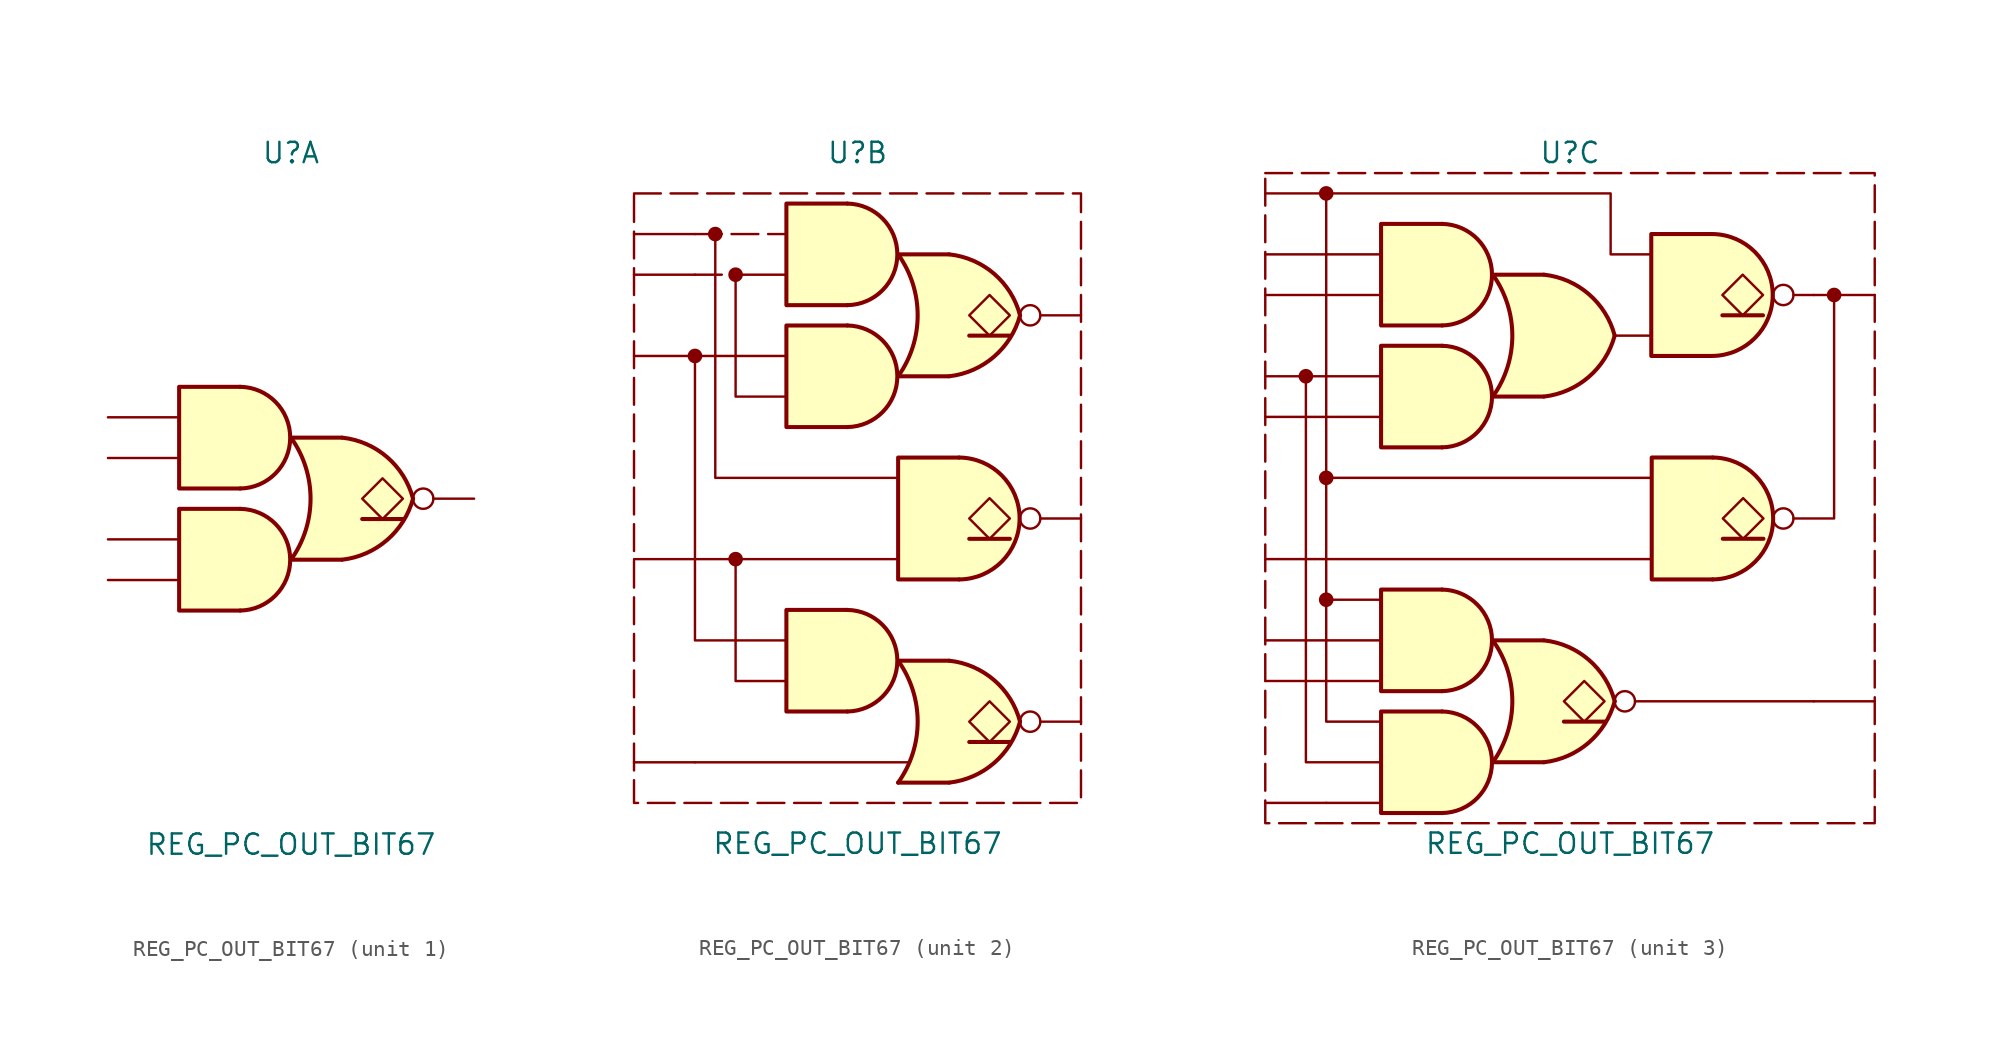
<source format=kicad_sym>
(kicad_symbol_lib
  (version 20231120)
  (generator "kicad_symbol_editor")
  (generator_version "8.0")
  (symbol "REG_PC_OUT_BIT67"
    (pin_numbers hide)
    (pin_names hide)
    (property "Reference" "U"
      (at 0 21.59 0)
      (effects (font (size 1.27 1.27))))
    (property "Value" "REG_PC_OUT_BIT67"
      (at 0 -21.59 0)
      (effects (font (size 1.27 1.27))))
    (property "ki_locked" ""
      (at 0 0 0)
      (effects (font (size 1.27 1.27))))
    (symbol "REG_PC_OUT_BIT67_1_1"
      (arc (start -3.175 -6.985) (mid -0.05 -3.81) (end -3.175 -0.635) (stroke (width 0.254) (type default)) (fill (type background)))
      (arc (start -3.175 0.635) (mid -0.05 3.81) (end -3.175 6.985) (stroke (width 0.254) (type default)) (fill (type background)))
      (arc (start -0.0002 -3.81) (mid 1.2208 0) (end -0.0002 3.81) (stroke (width 0.254) (type default)) (fill (type none)))
      (polyline (pts (xy -0.0002 -3.81) (xy 3.175 -3.81)) (stroke (width 0.254) (type default)) (fill (type background)))
      (polyline (pts (xy -0.0002 3.81) (xy 3.175 3.81)) (stroke (width 0.254) (type default)) (fill (type background)))
      (polyline (pts (xy 4.445 -1.27) (xy 6.985 -1.27)) (stroke (width 0.254) (type default)) (fill (type none)))
      (polyline (pts (xy -3.175 -0.635) (xy -6.985 -0.635) (xy -6.985 -6.985) (xy -3.175 -6.985)) (stroke (width 0.254) (type default)) (fill (type background)))
      (polyline (pts (xy -3.175 6.985) (xy -6.985 6.985) (xy -6.985 0.635) (xy -3.175 0.635)) (stroke (width 0.254) (type default)) (fill (type background)))
      (polyline (pts (xy 6.985 0) (xy 5.715 1.27) (xy 4.445 0) (xy 5.715 -1.27) (xy 6.985 0)) (stroke (width 0) (type default)) (fill (type none)))
      (polyline (pts (xy 3.175 3.81) (xy 0 3.81) (xy 0 3.81) (xy 0.254 3.404) (xy 0.787 2.261) (xy 1.118 1.041) (xy 1.194 -0.254) (xy 1.041 -1.499) (xy 0.635 -2.718) (xy 0 -3.81) (xy 0 -3.81) (xy 3.175 -3.81)) (stroke (width -25.4) (type default)) (fill (type background)))
      (arc (start 3.2002 -3.81) (mid 5.9953 -2.584) (end 7.6198 0) (stroke (width 0.254) (type default)) (fill (type background)))
      (arc (start 7.6198 0) (mid 6.0026 2.5925) (end 3.2002 3.81) (stroke (width 0.254) (type default)) (fill (type background)))
      (pin input line (at -11.43 5.08 0) (length 4.3) (name "IN1" (effects (font (size 1.27 1.27)))) (number "" (effects (font (size 1.27 1.27)))))
      (pin input line (at -11.43 2.54 0) (length 4.3) (name "IN2" (effects (font (size 1.27 1.27)))) (number "" (effects (font (size 1.27 1.27)))))
      (pin input line (at -11.43 -2.54 0) (length 4.3) (name "IN3" (effects (font (size 1.27 1.27)))) (number "" (effects (font (size 1.27 1.27)))))
      (pin input line (at -11.43 -5.08 0) (length 4.3) (name "IN4" (effects (font (size 1.27 1.27)))) (number "" (effects (font (size 1.27 1.27)))))
      (pin tri_state inverted (at 11.43 0 180) (length 3.81) (name "Y1" (effects (font (size 1.27 1.27)))) (number "" (effects (font (size 0 0))))))
    (symbol "REG_PC_OUT_BIT67_2_1"
      (rectangle (start -13.97 19.05) (end 13.97 -19.05) (stroke (width 0) (type dash)) (fill (type none)))
      (circle (center -10.16 8.89) (radius 0.381) (stroke (width 0) (type default)) (fill (type outline)))
      (circle (center -8.89 16.51) (radius 0.381) (stroke (width 0) (type default)) (fill (type outline)))
      (circle (center -7.62 -3.81) (radius 0.381) (stroke (width 0) (type default)) (fill (type outline)))
      (circle (center -7.62 13.97) (radius 0.381) (stroke (width 0) (type default)) (fill (type outline)))
      (arc (start -0.635 -13.335) (mid 2.49 -10.16) (end -0.635 -6.985) (stroke (width 0.254) (type default)) (fill (type background)))
      (arc (start -0.635 4.445) (mid 2.49 7.62) (end -0.635 10.795) (stroke (width 0.254) (type default)) (fill (type background)))
      (arc (start -0.635 12.065) (mid 2.49 15.24) (end -0.635 18.415) (stroke (width 0.254) (type default)) (fill (type background)))
      (polyline (pts (xy -10.16 -16.51) (xy 3.175 -16.51)) (stroke (width 0) (type default)) (fill (type none)))
      (polyline (pts (xy -10.16 -3.81) (xy 2.54 -3.81)) (stroke (width 0) (type default)) (fill (type none)))
      (polyline (pts (xy -10.16 8.89) (xy -4.445 8.89)) (stroke (width 0) (type default)) (fill (type none)))
      (polyline (pts (xy -10.16 13.97) (xy -7.62 13.97)) (stroke (width 0) (type default)) (fill (type none)))
      (polyline (pts (xy -10.16 16.51) (xy -4.445 16.51)) (stroke (width 0) (type default)) (fill (type none)))
      (polyline (pts (xy 2.54 -17.78) (xy 5.715 -17.78)) (stroke (width 0.254) (type default)) (fill (type background)))
      (polyline (pts (xy 2.54 -10.16) (xy 5.715 -10.16)) (stroke (width 0.254) (type default)) (fill (type background)))
      (polyline (pts (xy 2.54 7.62) (xy 5.715 7.62)) (stroke (width 0.254) (type default)) (fill (type background)))
      (polyline (pts (xy 2.54 15.24) (xy 5.715 15.24)) (stroke (width 0.254) (type default)) (fill (type background)))
      (polyline (pts (xy 6.985 -15.24) (xy 9.525 -15.24)) (stroke (width 0.254) (type default)) (fill (type none)))
      (polyline (pts (xy 6.985 -2.54) (xy 9.525 -2.54)) (stroke (width 0.254) (type default)) (fill (type none)))
      (polyline (pts (xy 6.985 10.16) (xy 9.525 10.16)) (stroke (width 0.254) (type default)) (fill (type none)))
      (polyline (pts (xy -4.445 -11.43) (xy -7.62 -11.43) (xy -7.62 -3.81)) (stroke (width 0) (type default)) (fill (type none)))
      (polyline (pts (xy -4.445 -8.89) (xy -10.16 -8.89) (xy -10.16 8.89)) (stroke (width 0) (type default)) (fill (type none)))
      (polyline (pts (xy 2.54 1.27) (xy -8.89 1.27) (xy -8.89 16.51)) (stroke (width 0) (type default)) (fill (type none)))
      (polyline (pts (xy -4.445 13.97) (xy -7.62 13.97) (xy -7.62 6.35) (xy -4.445 6.35)) (stroke (width 0) (type default)) (fill (type none)))
      (polyline (pts (xy -0.635 -6.985) (xy -4.445 -6.985) (xy -4.445 -13.335) (xy -0.635 -13.335)) (stroke (width 0.254) (type default)) (fill (type background)))
      (polyline (pts (xy -0.635 10.795) (xy -4.445 10.795) (xy -4.445 4.445) (xy -0.635 4.445)) (stroke (width 0.254) (type default)) (fill (type background)))
      (polyline (pts (xy -0.635 18.415) (xy -4.445 18.415) (xy -4.445 12.065) (xy -0.635 12.065)) (stroke (width 0.254) (type default)) (fill (type background)))
      (polyline (pts (xy 6.35 2.54) (xy 2.54 2.54) (xy 2.54 -5.08) (xy 6.35 -5.08)) (stroke (width 0.254) (type default)) (fill (type background)))
      (polyline (pts (xy 9.525 -13.97) (xy 8.255 -12.7) (xy 6.985 -13.97) (xy 8.255 -15.24) (xy 9.525 -13.97)) (stroke (width 0) (type default)) (fill (type none)))
      (polyline (pts (xy 9.525 -1.27) (xy 8.255 0) (xy 6.985 -1.27) (xy 8.255 -2.54) (xy 9.525 -1.27)) (stroke (width 0) (type default)) (fill (type none)))
      (polyline (pts (xy 9.525 11.43) (xy 8.255 12.7) (xy 6.985 11.43) (xy 8.255 10.16) (xy 9.525 11.43)) (stroke (width 0) (type default)) (fill (type none)))
      (polyline (pts (xy 5.715 -10.16) (xy 2.54 -10.16) (xy 2.54 -10.16) (xy 2.794 -10.566) (xy 3.327 -11.709) (xy 3.658 -12.929) (xy 3.734 -14.224) (xy 3.581 -15.469) (xy 3.175 -16.688) (xy 2.54 -17.78) (xy 2.54 -17.78) (xy 5.715 -17.78)) (stroke (width -25.4) (type default)) (fill (type background)))
      (polyline (pts (xy 5.715 15.24) (xy 2.54 15.24) (xy 2.54 15.24) (xy 2.794 14.834) (xy 3.327 13.691) (xy 3.658 12.471) (xy 3.734 11.176) (xy 3.581 9.931) (xy 3.175 8.712) (xy 2.54 7.62) (xy 2.54 7.62) (xy 5.715 7.62)) (stroke (width -25.4) (type default)) (fill (type background)))
      (arc (start 2.5398 -17.78) (mid 3.7608 -13.97) (end 2.5398 -10.16) (stroke (width 0.254) (type default)) (fill (type none)))
      (arc (start 2.5398 7.62) (mid 3.7608 11.43) (end 2.5398 15.24) (stroke (width 0.254) (type default)) (fill (type none)))
      (arc (start 5.7402 -17.78) (mid 8.5356 -16.5541) (end 10.1598 -13.97) (stroke (width 0.254) (type default)) (fill (type background)))
      (arc (start 5.7402 7.62) (mid 8.5353 8.846) (end 10.1598 11.43) (stroke (width 0.254) (type default)) (fill (type background)))
      (arc (start 6.35 -5.08) (mid 10.1325 -1.27) (end 6.35 2.54) (stroke (width 0.254) (type default)) (fill (type background)))
      (arc (start 10.1598 -13.97) (mid 8.5426 -11.3775) (end 5.7402 -10.16) (stroke (width 0.254) (type default)) (fill (type background)))
      (arc (start 10.1598 11.43) (mid 8.5426 14.0225) (end 5.7402 15.24) (stroke (width 0.254) (type default)) (fill (type background)))
      (pin input line (at -13.97 16.51 0) (length 3.81) (name "IN5" (effects (font (size 1.27 1.27)))) (number "" (effects (font (size 0 0)))))
      (pin input line (at -13.97 13.97 0) (length 3.81) (name "IN6" (effects (font (size 1.27 1.27)))) (number "" (effects (font (size 0 0)))))
      (pin input line (at -13.97 8.89 0) (length 3.81) (name "IN7" (effects (font (size 1.27 1.27)))) (number "" (effects (font (size 0 0)))))
      (pin input line (at -13.97 -3.81 0) (length 3.81) (name "IN8" (effects (font (size 1.27 1.27)))) (number "" (effects (font (size 0 0)))))
      (pin input line (at -13.97 -16.51 0) (length 3.81) (name "IN9" (effects (font (size 1.27 1.27)))) (number "" (effects (font (size 0 0)))))
      (pin tri_state inverted (at 13.97 11.43 180) (length 3.81) (name "Y2" (effects (font (size 1.27 1.27)))) (number "" (effects (font (size 0 0)))))
      (pin tri_state inverted (at 13.97 -1.27 180) (length 3.81) (name "Y3" (effects (font (size 1.27 1.27)))) (number "" (effects (font (size 0 0)))))
      (pin tri_state inverted (at 13.97 -13.97 180) (length 3.81) (name "Y4" (effects (font (size 1.27 1.27)))) (number "" (effects (font (size 0 0))))))
    (symbol "REG_PC_OUT_BIT67_3_1"
      (rectangle (start -19.05 20.32) (end 19.05 -20.32) (stroke (width 0) (type dash)) (fill (type none)))
      (circle (center -16.51 7.62) (radius 0.381) (stroke (width 0) (type default)) (fill (type outline)))
      (circle (center -15.24 -6.35) (radius 0.381) (stroke (width 0) (type default)) (fill (type outline)))
      (circle (center -15.24 1.27) (radius 0.381) (stroke (width 0) (type default)) (fill (type outline)))
      (circle (center -15.24 19.05) (radius 0.381) (stroke (width 0) (type default)) (fill (type outline)))
      (arc (start -8.001 -19.685) (mid -4.876 -16.51) (end -8.001 -13.335) (stroke (width 0.254) (type default)) (fill (type background)))
      (arc (start -8.001 -12.065) (mid -4.876 -8.89) (end -8.001 -5.715) (stroke (width 0.254) (type default)) (fill (type background)))
      (arc (start -8.001 3.175) (mid -4.876 6.35) (end -8.001 9.525) (stroke (width 0.254) (type default)) (fill (type background)))
      (arc (start -8.001 10.795) (mid -4.876 13.97) (end -8.001 17.145) (stroke (width 0.254) (type default)) (fill (type background)))
      (arc (start -4.8262 -16.51) (mid -3.6052 -12.7) (end -4.8262 -8.89) (stroke (width 0.254) (type default)) (fill (type none)))
      (arc (start -4.8262 6.35) (mid -3.6052 10.16) (end -4.8262 13.97) (stroke (width 0.254) (type default)) (fill (type none)))
      (arc (start -1.6258 -16.51) (mid 1.1696 -15.2841) (end 2.7938 -12.7) (stroke (width 0.254) (type default)) (fill (type background)))
      (arc (start -1.6258 6.35) (mid 1.1696 7.5759) (end 2.7938 10.16) (stroke (width 0.254) (type default)) (fill (type background)))
      (polyline (pts (xy -11.811 -19.05) (xy -15.24 -19.05)) (stroke (width 0) (type default)) (fill (type none)))
      (polyline (pts (xy -11.811 -11.43) (xy -15.24 -11.43)) (stroke (width 0) (type default)) (fill (type none)))
      (polyline (pts (xy -11.811 -8.89) (xy -15.24 -8.89)) (stroke (width 0) (type default)) (fill (type none)))
      (polyline (pts (xy -11.811 5.08) (xy -15.24 5.08)) (stroke (width 0) (type default)) (fill (type none)))
      (polyline (pts (xy -11.811 7.62) (xy -15.24 7.62)) (stroke (width 0) (type default)) (fill (type none)))
      (polyline (pts (xy -11.811 12.7) (xy -15.24 12.7)) (stroke (width 0) (type default)) (fill (type none)))
      (polyline (pts (xy -11.811 15.24) (xy -15.24 15.24)) (stroke (width 0) (type default)) (fill (type none)))
      (polyline (pts (xy -4.826 -16.51) (xy -1.651 -16.51)) (stroke (width 0.254) (type default)) (fill (type background)))
      (polyline (pts (xy -4.826 -8.89) (xy -1.651 -8.89)) (stroke (width 0.254) (type default)) (fill (type background)))
      (polyline (pts (xy -4.826 6.35) (xy -1.651 6.35)) (stroke (width 0.254) (type default)) (fill (type background)))
      (polyline (pts (xy -4.826 13.97) (xy -1.651 13.97)) (stroke (width 0.254) (type default)) (fill (type background)))
      (polyline (pts (xy -0.381 -13.97) (xy 2.159 -13.97)) (stroke (width 0.254) (type default)) (fill (type none)))
      (polyline (pts (xy 2.794 10.16) (xy 5.08 10.16)) (stroke (width 0) (type default)) (fill (type none)))
      (polyline (pts (xy 5.08 -3.81) (xy -15.24 -3.81)) (stroke (width 0) (type default)) (fill (type none)))
      (polyline (pts (xy 5.08 1.27) (xy -15.24 1.27)) (stroke (width 0) (type default)) (fill (type none)))
      (polyline (pts (xy 9.525 11.43) (xy 12.065 11.43)) (stroke (width 0.254) (type default)) (fill (type none)))
      (polyline (pts (xy 9.553 -2.54) (xy 12.093 -2.54)) (stroke (width 0.254) (type default)) (fill (type none)))
      (polyline (pts (xy 15.24 -12.7) (xy 4.064 -12.7)) (stroke (width 0) (type default)) (fill (type none)))
      (polyline (pts (xy 15.24 12.7) (xy 13.97 12.7)) (stroke (width 0) (type default)) (fill (type none)))
      (polyline (pts (xy -11.811 -16.51) (xy -16.51 -16.51) (xy -16.51 7.62)) (stroke (width 0) (type default)) (fill (type none)))
      (polyline (pts (xy -11.811 -13.97) (xy -15.24 -13.97) (xy -15.24 -6.35)) (stroke (width 0) (type default)) (fill (type none)))
      (polyline (pts (xy -11.811 -6.35) (xy -15.24 -6.35) (xy -15.24 19.05)) (stroke (width 0) (type default)) (fill (type none)))
      (polyline (pts (xy 13.97 -1.27) (xy 16.51 -1.27) (xy 16.51 12.7)) (stroke (width 0) (type default)) (fill (type none)))
      (polyline (pts (xy -8.001 -13.335) (xy -11.811 -13.335) (xy -11.811 -19.685) (xy -8.001 -19.685)) (stroke (width 0.254) (type default)) (fill (type background)))
      (polyline (pts (xy -8.001 -5.715) (xy -11.811 -5.715) (xy -11.811 -12.065) (xy -8.001 -12.065)) (stroke (width 0.254) (type default)) (fill (type background)))
      (polyline (pts (xy -8.001 9.525) (xy -11.811 9.525) (xy -11.811 3.175) (xy -8.001 3.175)) (stroke (width 0.254) (type default)) (fill (type background)))
      (polyline (pts (xy -8.001 17.145) (xy -11.811 17.145) (xy -11.811 10.795) (xy -8.001 10.795)) (stroke (width 0.254) (type default)) (fill (type background)))
      (polyline (pts (xy 5.08 15.24) (xy 2.54 15.24) (xy 2.54 19.05) (xy -15.24 19.05)) (stroke (width 0) (type default)) (fill (type none)))
      (polyline (pts (xy 8.89 16.51) (xy 5.08 16.51) (xy 5.08 8.89) (xy 8.89 8.89)) (stroke (width 0.254) (type default)) (fill (type background)))
      (polyline (pts (xy 8.918 2.54) (xy 5.108 2.54) (xy 5.108 -5.08) (xy 8.918 -5.08)) (stroke (width 0.254) (type default)) (fill (type background)))
      (polyline (pts (xy 2.159 -12.7) (xy 0.889 -11.43) (xy -0.381 -12.7) (xy 0.889 -13.97) (xy 2.159 -12.7)) (stroke (width 0) (type default)) (fill (type none)))
      (polyline (pts (xy 12.065 12.7) (xy 10.795 13.97) (xy 9.525 12.7) (xy 10.795 11.43) (xy 12.065 12.7)) (stroke (width 0) (type default)) (fill (type none)))
      (polyline (pts (xy 12.093 -1.27) (xy 10.823 0) (xy 9.553 -1.27) (xy 10.823 -2.54) (xy 12.093 -1.27)) (stroke (width 0) (type default)) (fill (type none)))
      (polyline (pts (xy -1.651 -8.89) (xy -4.826 -8.89) (xy -4.826 -8.89) (xy -4.572 -9.296) (xy -4.039 -10.439) (xy -3.708 -11.659) (xy -3.632 -12.954) (xy -3.785 -14.199) (xy -4.191 -15.418) (xy -4.826 -16.51) (xy -4.826 -16.51) (xy -1.651 -16.51)) (stroke (width -25.4) (type default)) (fill (type background)))
      (polyline (pts (xy -1.651 13.97) (xy -4.826 13.97) (xy -4.826 13.97) (xy -4.572 13.564) (xy -4.039 12.421) (xy -3.708 11.201) (xy -3.632 9.906) (xy -3.785 8.661) (xy -4.191 7.442) (xy -4.826 6.35) (xy -4.826 6.35) (xy -1.651 6.35)) (stroke (width -25.4) (type default)) (fill (type background)))
      (arc (start 2.7938 -12.7) (mid 1.1766 -10.1077) (end -1.6258 -8.89) (stroke (width 0.254) (type default)) (fill (type background)))
      (arc (start 2.7938 10.16) (mid 1.1766 12.7523) (end -1.6258 13.97) (stroke (width 0.254) (type default)) (fill (type background)))
      (circle (center 3.429 -12.7) (radius 0.635) (stroke (width 0) (type default)) (fill (type none)))
      (arc (start 8.89 8.89) (mid 12.6725 12.7) (end 8.89 16.51) (stroke (width 0.254) (type default)) (fill (type background)))
      (arc (start 8.9176 -5.08) (mid 12.7001 -1.27) (end 8.9176 2.54) (stroke (width 0.254) (type default)) (fill (type background)))
      (circle (center 13.335 -1.27) (radius 0.635) (stroke (width 0) (type default)) (fill (type none)))
      (circle (center 13.335 12.7) (radius 0.635) (stroke (width 0) (type default)) (fill (type none)))
      (circle (center 16.51 12.7) (radius 0.381) (stroke (width 0) (type default)) (fill (type outline)))
      (pin input line (at -19.05 19.05 0) (length 3.81) (name "IN10" (effects (font (size 1.27 1.27)))) (number "" (effects (font (size 0 0)))))
      (pin input line (at -19.05 15.24 0) (length 3.81) (name "IN11" (effects (font (size 1.27 1.27)))) (number "" (effects (font (size 0 0)))))
      (pin input line (at -19.05 12.7 0) (length 3.81) (name "IN12" (effects (font (size 1.27 1.27)))) (number "" (effects (font (size 0 0)))))
      (pin input line (at -19.05 7.62 0) (length 3.81) (name "IN13" (effects (font (size 1.27 1.27)))) (number "" (effects (font (size 0 0)))))
      (pin input line (at -19.05 5.08 0) (length 3.81) (name "IN14" (effects (font (size 1.27 1.27)))) (number "" (effects (font (size 0 0)))))
      (pin input line (at -19.05 -8.89 0) (length 3.81) (name "IN15" (effects (font (size 1.27 1.27)))) (number "" (effects (font (size 0 0)))))
      (pin input line (at -19.05 -11.43 0) (length 3.81) (name "IN16" (effects (font (size 1.27 1.27)))) (number "" (effects (font (size 0 0)))))
      (pin input line (at -19.05 -19.05 0) (length 3.81) (name "IN17" (effects (font (size 1.27 1.27)))) (number "" (effects (font (size 0 0)))))
      (pin input line (at -19.05 -3.81 0) (length 3.81) (name "IN18" (effects (font (size 1.27 1.27)))) (number "" (effects (font (size 0 0)))))
      (pin tri_state line (at 19.05 12.7 180) (length 3.81) (name "Y5" (effects (font (size 1.27 1.27)))) (number "" (effects (font (size 0 0)))))
      (pin tri_state line (at 19.05 -12.7 180) (length 3.81) (name "Y6" (effects (font (size 1.27 1.27)))) (number "" (effects (font (size 0 0))))))))
</source>
